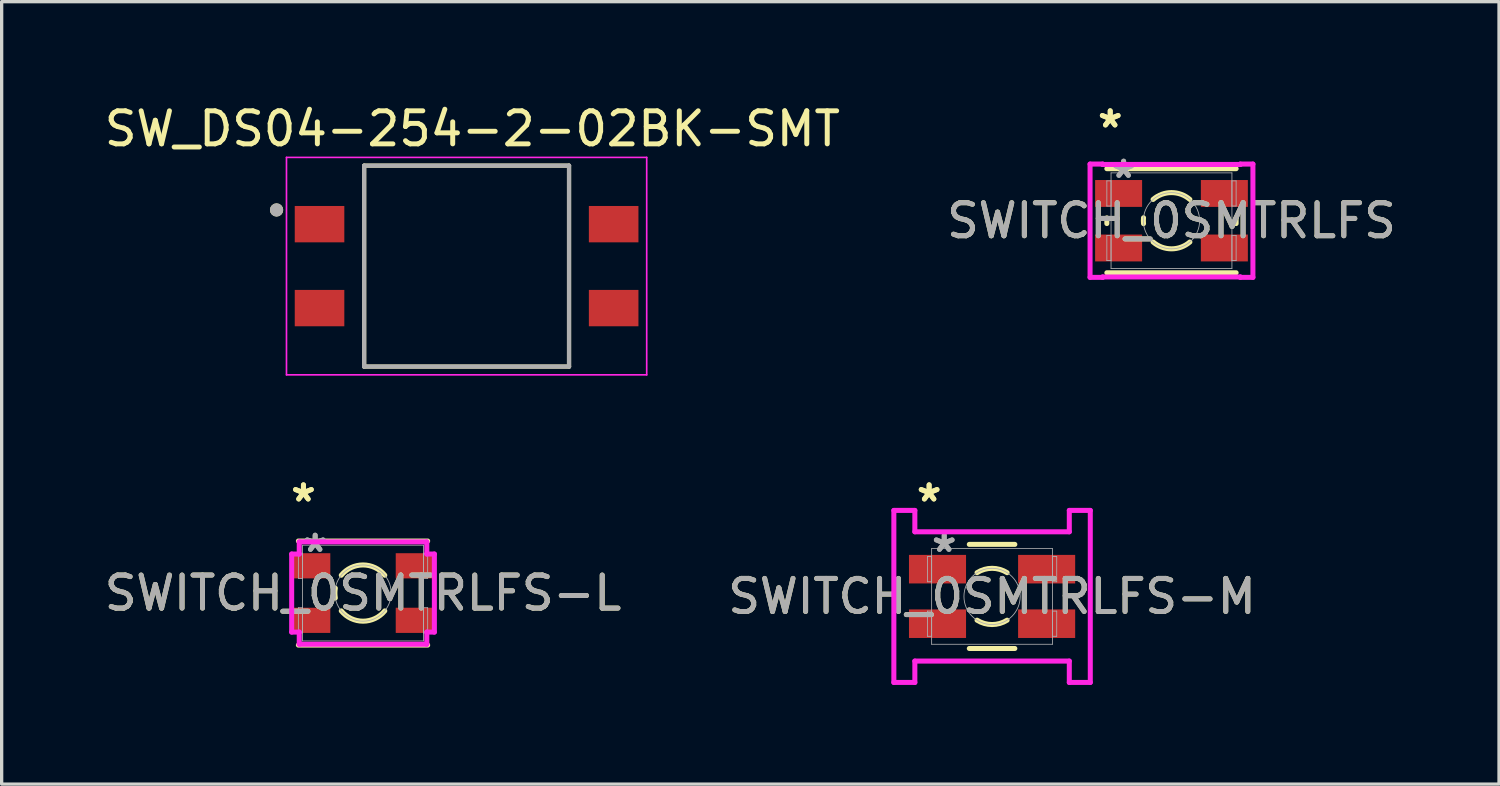
<source format=kicad_pcb>
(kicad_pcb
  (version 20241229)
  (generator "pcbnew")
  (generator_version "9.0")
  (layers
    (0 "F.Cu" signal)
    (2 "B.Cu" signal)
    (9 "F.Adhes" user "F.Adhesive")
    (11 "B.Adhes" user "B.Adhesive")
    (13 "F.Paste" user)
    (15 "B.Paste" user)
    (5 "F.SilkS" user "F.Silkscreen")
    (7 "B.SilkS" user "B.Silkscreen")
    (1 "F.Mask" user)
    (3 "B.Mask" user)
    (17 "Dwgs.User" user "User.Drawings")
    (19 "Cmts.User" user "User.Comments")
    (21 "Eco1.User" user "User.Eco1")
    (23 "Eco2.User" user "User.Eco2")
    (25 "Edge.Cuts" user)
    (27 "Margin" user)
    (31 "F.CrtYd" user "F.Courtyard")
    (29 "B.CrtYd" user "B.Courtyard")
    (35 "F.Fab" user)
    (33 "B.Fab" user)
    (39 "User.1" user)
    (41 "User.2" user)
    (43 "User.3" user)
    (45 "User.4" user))
  (footprint "SW_DS04-254-2-02BK-SMT"
    (layer "F.Cu")
    (at 11.069 5.003)
    (property "Reference" "SW_DS04-254-2-02BK-SMT" (at 0.175 -4.155 0) (layer "F.SilkS") (effects (font (size 1 1) (thickness 0.15))))
    (attr smd)
    (fp_line (start -3.1 -3.04) (end 3.1 -3.04) (stroke (width 0.127) (type solid)) (layer "F.SilkS"))
    (fp_line (start -3.1 3.04) (end -3.1 -3.04) (stroke (width 0.127) (type solid)) (layer "F.SilkS"))
    (fp_line (start 3.1 -3.04) (end 3.1 3.04) (stroke (width 0.127) (type solid)) (layer "F.SilkS"))
    (fp_line (start 3.1 3.04) (end -3.1 3.04) (stroke (width 0.127) (type solid)) (layer "F.SilkS"))
    (fp_circle (center -5.75 -1.7) (end -5.65 -1.7) (stroke (width 0.2) (type solid)) (fill no) (layer "F.SilkS"))
    (fp_line (start -5.45 -3.29) (end -5.45 3.29) (stroke (width 0.05) (type solid)) (layer "F.CrtYd"))
    (fp_line (start -5.45 3.29) (end 5.45 3.29) (stroke (width 0.05) (type solid)) (layer "F.CrtYd"))
    (fp_line (start 5.45 -3.29) (end -5.45 -3.29) (stroke (width 0.05) (type solid)) (layer "F.CrtYd"))
    (fp_line (start 5.45 3.29) (end 5.45 -3.29) (stroke (width 0.05) (type solid)) (layer "F.CrtYd"))
    (fp_line (start -3.1 -3.04) (end 3.1 -3.04) (stroke (width 0.127) (type solid)) (layer "F.Fab"))
    (fp_line (start -3.1 3.04) (end -3.1 -3.04) (stroke (width 0.127) (type solid)) (layer "F.Fab"))
    (fp_line (start 3.1 -3.04) (end 3.1 3.04) (stroke (width 0.127) (type solid)) (layer "F.Fab"))
    (fp_line (start 3.1 3.04) (end -3.1 3.04) (stroke (width 0.127) (type solid)) (layer "F.Fab"))
    (fp_circle (center -5.75 -1.7) (end -5.65 -1.7) (stroke (width 0.2) (type solid)) (fill no) (layer "F.Fab"))
    (pad "1" smd rect (at -4.45 -1.27) (size 1.5 1.1) (layers "F.Cu" "F.Mask" "F.Paste"))
    (pad "2" smd rect (at -4.45 1.27) (size 1.5 1.1) (layers "F.Cu" "F.Mask" "F.Paste"))
    (pad "3" smd rect (at 4.45 1.27 180) (size 1.5 1.1) (layers "F.Cu" "F.Mask" "F.Paste"))
    (pad "4" smd rect (at 4.45 -1.27 180) (size 1.5 1.1) (layers "F.Cu" "F.Mask" "F.Paste")))
  (footprint "SWITCH_0SMTRLFS-L"
    (layer "F.Cu")
    (at 7.935 14.896)
    (property "Reference" "SWITCH_0SMTRLFS-L" (at 0 0 0) (unlocked yes) (layer "F.SilkS") (effects (font (size 1 1) (thickness 0.15))))
    (attr smd)
    (fp_line (start -1.956 1.575) (end 1.956 1.575) (stroke (width 0.152) (type solid)) (layer "F.SilkS"))
    (fp_line (start 1.956 -1.575) (end -1.956 -1.575) (stroke (width 0.152) (type solid)) (layer "F.SilkS"))
    (fp_arc (start -0.837862 0.148387) (mid -0.8509 0) (end -0.837862 -0.148388) (stroke (width 0.1524) (type solid)) (layer "F.SilkS"))
    (fp_arc (start -0.65786 -0.539677) (mid 0 -0.8509) (end 0.65786 -0.539677) (stroke (width 0.1524) (type solid)) (layer "F.SilkS"))
    (fp_arc (start 0.65786 0.539677) (mid 0 0.8509) (end -0.65786 0.539677) (stroke (width 0.1524) (type solid)) (layer "F.SilkS"))
    (fp_line (start -2.159 -1.181) (end -1.93 -1.181) (stroke (width 0.152) (type solid)) (layer "F.CrtYd"))
    (fp_line (start -2.159 1.181) (end -2.159 -1.181) (stroke (width 0.152) (type solid)) (layer "F.CrtYd"))
    (fp_line (start -1.93 -1.549) (end 1.93 -1.549) (stroke (width 0.152) (type solid)) (layer "F.CrtYd"))
    (fp_line (start -1.93 -1.181) (end -1.93 -1.549) (stroke (width 0.152) (type solid)) (layer "F.CrtYd"))
    (fp_line (start -1.93 1.181) (end -2.159 1.181) (stroke (width 0.152) (type solid)) (layer "F.CrtYd"))
    (fp_line (start -1.93 1.549) (end -1.93 1.181) (stroke (width 0.152) (type solid)) (layer "F.CrtYd"))
    (fp_line (start 1.93 -1.549) (end 1.93 -1.181) (stroke (width 0.152) (type solid)) (layer "F.CrtYd"))
    (fp_line (start 1.93 -1.181) (end 2.159 -1.181) (stroke (width 0.152) (type solid)) (layer "F.CrtYd"))
    (fp_line (start 1.93 1.181) (end 1.93 1.549) (stroke (width 0.152) (type solid)) (layer "F.CrtYd"))
    (fp_line (start 1.93 1.549) (end -1.93 1.549) (stroke (width 0.152) (type solid)) (layer "F.CrtYd"))
    (fp_line (start 2.159 -1.181) (end 2.159 1.181) (stroke (width 0.152) (type solid)) (layer "F.CrtYd"))
    (fp_line (start 2.159 1.181) (end 1.93 1.181) (stroke (width 0.152) (type solid)) (layer "F.CrtYd"))
    (fp_line (start -1.956 -1.206) (end -1.956 -0.444) (stroke (width 0.025) (type solid)) (layer "F.Fab"))
    (fp_line (start -1.956 -0.444) (end -1.829 -0.444) (stroke (width 0.025) (type solid)) (layer "F.Fab"))
    (fp_line (start -1.956 0.444) (end -1.956 1.206) (stroke (width 0.025) (type solid)) (layer "F.Fab"))
    (fp_line (start -1.956 1.206) (end -1.829 1.206) (stroke (width 0.025) (type solid)) (layer "F.Fab"))
    (fp_line (start -1.829 -1.448) (end -1.829 1.448) (stroke (width 0.025) (type solid)) (layer "F.Fab"))
    (fp_line (start -1.829 -1.206) (end -1.956 -1.206) (stroke (width 0.025) (type solid)) (layer "F.Fab"))
    (fp_line (start -1.829 -0.444) (end -1.829 -1.206) (stroke (width 0.025) (type solid)) (layer "F.Fab"))
    (fp_line (start -1.829 0.444) (end -1.956 0.444) (stroke (width 0.025) (type solid)) (layer "F.Fab"))
    (fp_line (start -1.829 1.206) (end -1.829 0.444) (stroke (width 0.025) (type solid)) (layer "F.Fab"))
    (fp_line (start -1.829 1.448) (end 1.829 1.448) (stroke (width 0.025) (type solid)) (layer "F.Fab"))
    (fp_line (start 1.829 -1.448) (end -1.829 -1.448) (stroke (width 0.025) (type solid)) (layer "F.Fab"))
    (fp_line (start 1.829 -1.206) (end 1.829 -0.444) (stroke (width 0.025) (type solid)) (layer "F.Fab"))
    (fp_line (start 1.829 -0.444) (end 1.956 -0.444) (stroke (width 0.025) (type solid)) (layer "F.Fab"))
    (fp_line (start 1.829 0.444) (end 1.829 1.206) (stroke (width 0.025) (type solid)) (layer "F.Fab"))
    (fp_line (start 1.829 1.206) (end 1.956 1.206) (stroke (width 0.025) (type solid)) (layer "F.Fab"))
    (fp_line (start 1.829 1.448) (end 1.829 -1.448) (stroke (width 0.025) (type solid)) (layer "F.Fab"))
    (fp_line (start 1.956 -1.206) (end 1.829 -1.206) (stroke (width 0.025) (type solid)) (layer "F.Fab"))
    (fp_line (start 1.956 -0.444) (end 1.956 -1.206) (stroke (width 0.025) (type solid)) (layer "F.Fab"))
    (fp_line (start 1.956 0.444) (end 1.829 0.444) (stroke (width 0.025) (type solid)) (layer "F.Fab"))
    (fp_line (start 1.956 1.206) (end 1.956 0.444) (stroke (width 0.025) (type solid)) (layer "F.Fab"))
    (fp_circle (center 0 0) (end 0.851 0) (stroke (width 0.025) (type solid)) (fill no) (layer "F.Fab"))
    (fp_text user "*" (at -1.803 -2.73 0) (layer "F.SilkS") (effects (font (size 1 1) (thickness 0.15))))
    (fp_text user "*" (at -1.803 -2.73 0) (unlocked yes) (layer "F.SilkS") (effects (font (size 1 1) (thickness 0.15))))
    (fp_text user "*" (at -1.448 -1.206 0) (unlocked yes) (layer "F.Fab") (effects (font (size 1 1) (thickness 0.15))))
    (fp_text user "*" (at -1.448 -1.206 0) (layer "F.Fab") (effects (font (size 1 1) (thickness 0.15))))
    (fp_text user "${REFERENCE}" (at 0 0 0) (unlocked yes) (layer "F.Fab") (effects (font (size 1 1) (thickness 0.15))))
    (pad "1" smd rect (at -1.549 -0.825) (size 1.118 0.762) (layers "F.Cu" "F.Mask" "F.Paste"))
    (pad "1" smd rect (at 1.549 -0.825) (size 1.118 0.762) (layers "F.Cu" "F.Mask" "F.Paste"))
    (pad "2" smd rect (at -1.549 0.825) (size 1.118 0.762) (layers "F.Cu" "F.Mask" "F.Paste"))
    (pad "2" smd rect (at 1.549 0.825) (size 1.118 0.762) (layers "F.Cu" "F.Mask" "F.Paste")))
  (footprint "SWITCH_0SMTRLFS"
    (layer "F.Cu")
    (at 32.399 3.629)
    (property "Reference" "SWITCH_0SMTRLFS" (at 0 0 0) (unlocked yes) (layer "F.SilkS") (effects (font (size 1 1) (thickness 0.15))))
    (attr smd)
    (fp_line (start -1.956 -0.086) (end -1.956 0.086) (stroke (width 0.152) (type solid)) (layer "F.SilkS"))
    (fp_line (start -1.956 1.575) (end 1.956 1.575) (stroke (width 0.152) (type solid)) (layer "F.SilkS"))
    (fp_line (start 1.956 -1.575) (end -1.956 -1.575) (stroke (width 0.152) (type solid)) (layer "F.SilkS"))
    (fp_line (start 1.956 0.086) (end 1.956 -0.086) (stroke (width 0.152) (type solid)) (layer "F.SilkS"))
    (fp_arc (start -0.846273 0.088614) (mid -0.8509 0) (end -0.846273 -0.088614) (stroke (width 0.1524) (type solid)) (layer "F.SilkS"))
    (fp_arc (start -0.55626 -0.643899) (mid 0 -0.8509) (end 0.55626 -0.643899) (stroke (width 0.1524) (type solid)) (layer "F.SilkS"))
    (fp_arc (start 0.55626 0.643899) (mid 0 0.8509) (end -0.55626 0.643899) (stroke (width 0.1524) (type solid)) (layer "F.SilkS"))
    (fp_line (start -2.464 -1.714) (end -2.083 -1.714) (stroke (width 0.152) (type solid)) (layer "F.CrtYd"))
    (fp_line (start -2.464 1.714) (end -2.464 -1.714) (stroke (width 0.152) (type solid)) (layer "F.CrtYd"))
    (fp_line (start -2.083 -1.714) (end -2.083 -1.702) (stroke (width 0.152) (type solid)) (layer "F.CrtYd"))
    (fp_line (start -2.083 -1.702) (end 2.083 -1.702) (stroke (width 0.152) (type solid)) (layer "F.CrtYd"))
    (fp_line (start -2.083 1.702) (end -2.083 1.714) (stroke (width 0.152) (type solid)) (layer "F.CrtYd"))
    (fp_line (start -2.083 1.714) (end -2.464 1.714) (stroke (width 0.152) (type solid)) (layer "F.CrtYd"))
    (fp_line (start 2.083 -1.714) (end 2.464 -1.714) (stroke (width 0.152) (type solid)) (layer "F.CrtYd"))
    (fp_line (start 2.083 -1.702) (end 2.083 -1.714) (stroke (width 0.152) (type solid)) (layer "F.CrtYd"))
    (fp_line (start 2.083 1.702) (end -2.083 1.702) (stroke (width 0.152) (type solid)) (layer "F.CrtYd"))
    (fp_line (start 2.083 1.714) (end 2.083 1.702) (stroke (width 0.152) (type solid)) (layer "F.CrtYd"))
    (fp_line (start 2.464 -1.714) (end 2.464 1.714) (stroke (width 0.152) (type solid)) (layer "F.CrtYd"))
    (fp_line (start 2.464 1.714) (end 2.083 1.714) (stroke (width 0.152) (type solid)) (layer "F.CrtYd"))
    (fp_line (start -1.956 -1.206) (end -1.956 -0.444) (stroke (width 0.025) (type solid)) (layer "F.Fab"))
    (fp_line (start -1.956 -0.444) (end -1.829 -0.444) (stroke (width 0.025) (type solid)) (layer "F.Fab"))
    (fp_line (start -1.956 0.444) (end -1.956 1.206) (stroke (width 0.025) (type solid)) (layer "F.Fab"))
    (fp_line (start -1.956 1.206) (end -1.829 1.206) (stroke (width 0.025) (type solid)) (layer "F.Fab"))
    (fp_line (start -1.829 -1.448) (end -1.829 1.448) (stroke (width 0.025) (type solid)) (layer "F.Fab"))
    (fp_line (start -1.829 -1.206) (end -1.956 -1.206) (stroke (width 0.025) (type solid)) (layer "F.Fab"))
    (fp_line (start -1.829 -0.444) (end -1.829 -1.206) (stroke (width 0.025) (type solid)) (layer "F.Fab"))
    (fp_line (start -1.829 0.444) (end -1.956 0.444) (stroke (width 0.025) (type solid)) (layer "F.Fab"))
    (fp_line (start -1.829 1.206) (end -1.829 0.444) (stroke (width 0.025) (type solid)) (layer "F.Fab"))
    (fp_line (start -1.829 1.448) (end 1.829 1.448) (stroke (width 0.025) (type solid)) (layer "F.Fab"))
    (fp_line (start 1.829 -1.448) (end -1.829 -1.448) (stroke (width 0.025) (type solid)) (layer "F.Fab"))
    (fp_line (start 1.829 -1.206) (end 1.829 -0.444) (stroke (width 0.025) (type solid)) (layer "F.Fab"))
    (fp_line (start 1.829 -0.444) (end 1.956 -0.444) (stroke (width 0.025) (type solid)) (layer "F.Fab"))
    (fp_line (start 1.829 0.444) (end 1.829 1.206) (stroke (width 0.025) (type solid)) (layer "F.Fab"))
    (fp_line (start 1.829 1.206) (end 1.956 1.206) (stroke (width 0.025) (type solid)) (layer "F.Fab"))
    (fp_line (start 1.829 1.448) (end 1.829 -1.448) (stroke (width 0.025) (type solid)) (layer "F.Fab"))
    (fp_line (start 1.956 -1.206) (end 1.829 -1.206) (stroke (width 0.025) (type solid)) (layer "F.Fab"))
    (fp_line (start 1.956 -0.444) (end 1.956 -1.206) (stroke (width 0.025) (type solid)) (layer "F.Fab"))
    (fp_line (start 1.956 0.444) (end 1.829 0.444) (stroke (width 0.025) (type solid)) (layer "F.Fab"))
    (fp_line (start 1.956 1.206) (end 1.956 0.444) (stroke (width 0.025) (type solid)) (layer "F.Fab"))
    (fp_circle (center 0 0) (end 0.851 0) (stroke (width 0.025) (type solid)) (fill no) (layer "F.Fab"))
    (fp_text user "*" (at -1.854 -2.781 0) (layer "F.SilkS") (effects (font (size 1 1) (thickness 0.15))))
    (fp_text user "*" (at -1.854 -2.781 0) (unlocked yes) (layer "F.SilkS") (effects (font (size 1 1) (thickness 0.15))))
    (fp_text user "*" (at -1.448 -1.257 0) (layer "F.Fab") (effects (font (size 1 1) (thickness 0.15))))
    (fp_text user "${REFERENCE}" (at 0 0 0) (unlocked yes) (layer "F.Fab") (effects (font (size 1 1) (thickness 0.15))))
    (fp_text user "*" (at -1.448 -1.257 0) (unlocked yes) (layer "F.Fab") (effects (font (size 1 1) (thickness 0.15))))
    (pad "1" smd rect (at -1.6 -0.825) (size 1.422 0.813) (layers "F.Cu" "F.Mask" "F.Paste"))
    (pad "2" smd rect (at -1.6 0.825) (size 1.422 0.813) (layers "F.Cu" "F.Mask" "F.Paste"))
    (pad "3" smd rect (at 1.6 0.825) (size 1.422 0.813) (layers "F.Cu" "F.Mask" "F.Paste"))
    (pad "4" smd rect (at 1.6 -0.825) (size 1.422 0.813) (layers "F.Cu" "F.Mask" "F.Paste")))
  (footprint "SWITCH_0SMTRLFS-M"
    (layer "F.Cu")
    (at 26.97 14.998)
    (property "Reference" "SWITCH_0SMTRLFS-M" (at 0 0 0) (unlocked yes) (layer "F.SilkS") (effects (font (size 1 1) (thickness 0.15))))
    (attr smd)
    (fp_line (start -0.689 1.575) (end 0.689 1.575) (stroke (width 0.152) (type solid)) (layer "F.SilkS"))
    (fp_line (start 0.689 -1.575) (end -0.689 -1.575) (stroke (width 0.152) (type solid)) (layer "F.SilkS"))
    (fp_arc (start -0.45466 -0.719246) (mid 0 -0.8509) (end 0.45466 -0.719246) (stroke (width 0.1524) (type solid)) (layer "F.SilkS"))
    (fp_arc (start 0.45466 0.719246) (mid 0 0.8509) (end -0.45466 0.719246) (stroke (width 0.1524) (type solid)) (layer "F.SilkS"))
    (fp_line (start -2.972 -2.603) (end -2.337 -2.603) (stroke (width 0.152) (type solid)) (layer "F.CrtYd"))
    (fp_line (start -2.972 2.603) (end -2.972 -2.603) (stroke (width 0.152) (type solid)) (layer "F.CrtYd"))
    (fp_line (start -2.337 -2.603) (end -2.337 -1.956) (stroke (width 0.152) (type solid)) (layer "F.CrtYd"))
    (fp_line (start -2.337 -1.956) (end 2.337 -1.956) (stroke (width 0.152) (type solid)) (layer "F.CrtYd"))
    (fp_line (start -2.337 1.956) (end -2.337 2.603) (stroke (width 0.152) (type solid)) (layer "F.CrtYd"))
    (fp_line (start -2.337 2.603) (end -2.972 2.603) (stroke (width 0.152) (type solid)) (layer "F.CrtYd"))
    (fp_line (start 2.337 -2.603) (end 2.972 -2.603) (stroke (width 0.152) (type solid)) (layer "F.CrtYd"))
    (fp_line (start 2.337 -1.956) (end 2.337 -2.603) (stroke (width 0.152) (type solid)) (layer "F.CrtYd"))
    (fp_line (start 2.337 1.956) (end -2.337 1.956) (stroke (width 0.152) (type solid)) (layer "F.CrtYd"))
    (fp_line (start 2.337 2.603) (end 2.337 1.956) (stroke (width 0.152) (type solid)) (layer "F.CrtYd"))
    (fp_line (start 2.972 -2.603) (end 2.972 2.603) (stroke (width 0.152) (type solid)) (layer "F.CrtYd"))
    (fp_line (start 2.972 2.603) (end 2.337 2.603) (stroke (width 0.152) (type solid)) (layer "F.CrtYd"))
    (fp_line (start -1.956 -1.206) (end -1.956 -0.444) (stroke (width 0.025) (type solid)) (layer "F.Fab"))
    (fp_line (start -1.956 -0.444) (end -1.829 -0.444) (stroke (width 0.025) (type solid)) (layer "F.Fab"))
    (fp_line (start -1.956 0.444) (end -1.956 1.206) (stroke (width 0.025) (type solid)) (layer "F.Fab"))
    (fp_line (start -1.956 1.206) (end -1.829 1.206) (stroke (width 0.025) (type solid)) (layer "F.Fab"))
    (fp_line (start -1.829 -1.448) (end -1.829 1.448) (stroke (width 0.025) (type solid)) (layer "F.Fab"))
    (fp_line (start -1.829 -1.206) (end -1.956 -1.206) (stroke (width 0.025) (type solid)) (layer "F.Fab"))
    (fp_line (start -1.829 -0.444) (end -1.829 -1.206) (stroke (width 0.025) (type solid)) (layer "F.Fab"))
    (fp_line (start -1.829 0.444) (end -1.956 0.444) (stroke (width 0.025) (type solid)) (layer "F.Fab"))
    (fp_line (start -1.829 1.206) (end -1.829 0.444) (stroke (width 0.025) (type solid)) (layer "F.Fab"))
    (fp_line (start -1.829 1.448) (end 1.829 1.448) (stroke (width 0.025) (type solid)) (layer "F.Fab"))
    (fp_line (start 1.829 -1.448) (end -1.829 -1.448) (stroke (width 0.025) (type solid)) (layer "F.Fab"))
    (fp_line (start 1.829 -1.206) (end 1.829 -0.444) (stroke (width 0.025) (type solid)) (layer "F.Fab"))
    (fp_line (start 1.829 -0.444) (end 1.956 -0.444) (stroke (width 0.025) (type solid)) (layer "F.Fab"))
    (fp_line (start 1.829 0.444) (end 1.829 1.206) (stroke (width 0.025) (type solid)) (layer "F.Fab"))
    (fp_line (start 1.829 1.206) (end 1.956 1.206) (stroke (width 0.025) (type solid)) (layer "F.Fab"))
    (fp_line (start 1.829 1.448) (end 1.829 -1.448) (stroke (width 0.025) (type solid)) (layer "F.Fab"))
    (fp_line (start 1.956 -1.206) (end 1.829 -1.206) (stroke (width 0.025) (type solid)) (layer "F.Fab"))
    (fp_line (start 1.956 -0.444) (end 1.956 -1.206) (stroke (width 0.025) (type solid)) (layer "F.Fab"))
    (fp_line (start 1.956 0.444) (end 1.829 0.444) (stroke (width 0.025) (type solid)) (layer "F.Fab"))
    (fp_line (start 1.956 1.206) (end 1.956 0.444) (stroke (width 0.025) (type solid)) (layer "F.Fab"))
    (fp_circle (center 0 0) (end 0.851 0) (stroke (width 0.025) (type solid)) (fill no) (layer "F.Fab"))
    (fp_text user "*" (at -1.905 -2.832 0) (layer "F.SilkS") (effects (font (size 1 1) (thickness 0.15))))
    (fp_text user "*" (at -1.905 -2.832 0) (unlocked yes) (layer "F.SilkS") (effects (font (size 1 1) (thickness 0.15))))
    (fp_text user "*" (at -1.448 -1.308 0) (layer "F.Fab") (effects (font (size 1 1) (thickness 0.15))))
    (fp_text user "*" (at -1.448 -1.308 0) (unlocked yes) (layer "F.Fab") (effects (font (size 1 1) (thickness 0.15))))
    (fp_text user "${REFERENCE}" (at 0 0 0) (unlocked yes) (layer "F.Fab") (effects (font (size 1 1) (thickness 0.15))))
    (pad "1" smd rect (at -1.651 -0.825) (size 1.727 0.864) (layers "F.Cu" "F.Mask" "F.Paste"))
    (pad "2" smd rect (at -1.651 0.825) (size 1.727 0.864) (layers "F.Cu" "F.Mask" "F.Paste"))
    (pad "3" smd rect (at 1.651 0.825) (size 1.727 0.864) (layers "F.Cu" "F.Mask" "F.Paste"))
    (pad "4" smd rect (at 1.651 -0.825) (size 1.727 0.864) (layers "F.Cu" "F.Mask" "F.Paste")))
  (gr_rect
    (start -3 -3)
    (end 42.31 20.677)
    (stroke (width 0.1) (type default))
    (fill no)
    (layer "Edge.Cuts")))
</source>
